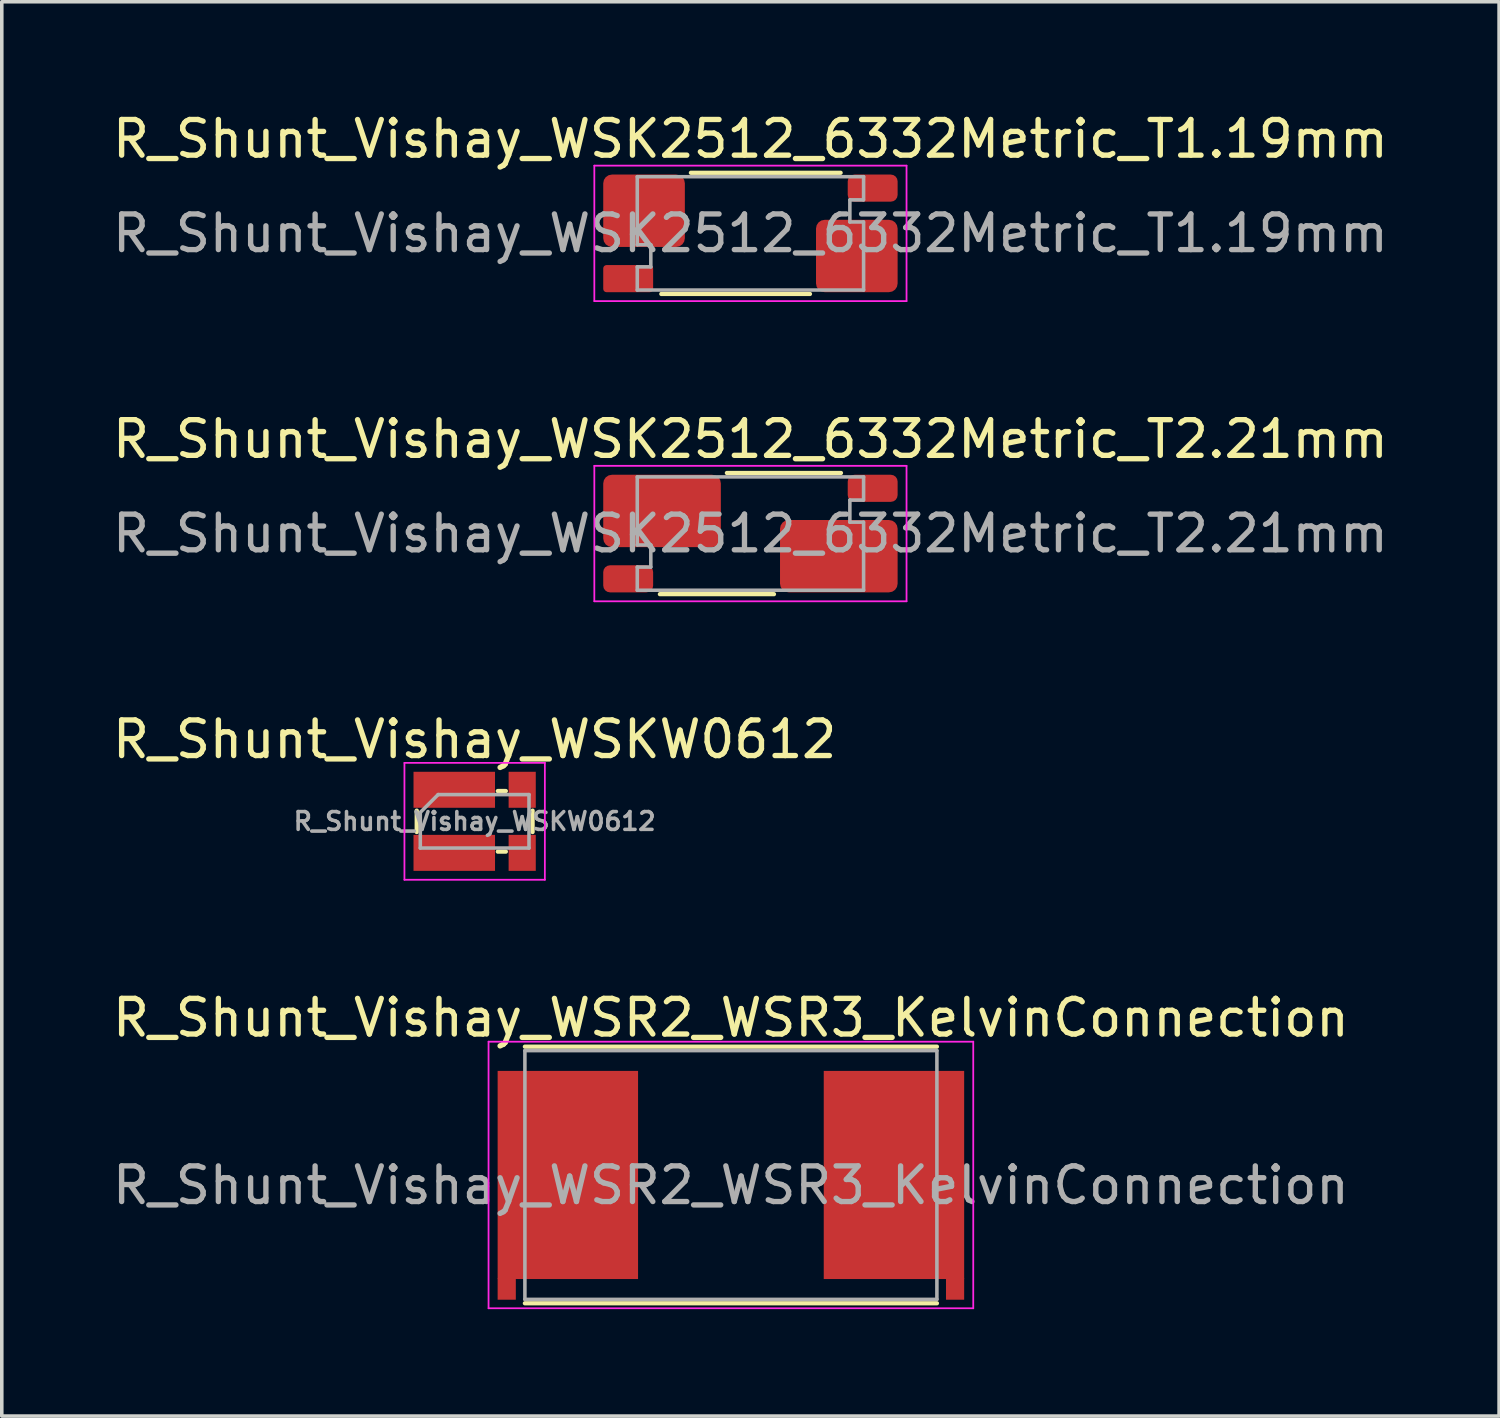
<source format=kicad_pcb>
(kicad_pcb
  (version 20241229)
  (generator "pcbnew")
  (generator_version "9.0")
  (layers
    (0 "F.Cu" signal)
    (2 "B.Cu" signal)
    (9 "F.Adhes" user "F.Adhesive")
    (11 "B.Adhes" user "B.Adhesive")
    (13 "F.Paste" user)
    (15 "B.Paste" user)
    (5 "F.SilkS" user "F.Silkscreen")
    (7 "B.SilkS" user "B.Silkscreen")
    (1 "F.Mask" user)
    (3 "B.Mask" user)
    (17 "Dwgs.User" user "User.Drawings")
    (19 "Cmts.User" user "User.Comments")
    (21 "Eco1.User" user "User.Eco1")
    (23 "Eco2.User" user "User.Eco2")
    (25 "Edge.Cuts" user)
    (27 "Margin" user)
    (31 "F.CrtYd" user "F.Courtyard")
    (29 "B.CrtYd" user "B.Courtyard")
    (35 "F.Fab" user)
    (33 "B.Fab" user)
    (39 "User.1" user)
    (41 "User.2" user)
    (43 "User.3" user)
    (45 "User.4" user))
  (footprint "R_Shunt_Vishay_WSK2512_6332Metric_T2.21mm"
    (layer "F.Cu")
    (at 18.006 11.921)
    (property "Reference" "R_Shunt_Vishay_WSK2512_6332Metric_T2.21mm" (at 0 -2.65 0) (layer "F.SilkS") (effects (font (size 1 1) (thickness 0.15))))
    (attr smd)
    (fp_line (start -2.54 1.7) (end 0.66 1.7) (stroke (width 0.12) (type solid)) (layer "F.SilkS"))
    (fp_line (start -0.66 -1.7) (end 2.54 -1.7) (stroke (width 0.12) (type solid)) (layer "F.SilkS"))
    (fp_line (start -4.38 -1.9) (end 4.38 -1.9) (stroke (width 0.05) (type solid)) (layer "F.CrtYd"))
    (fp_line (start -4.38 1.9) (end -4.38 -1.9) (stroke (width 0.05) (type solid)) (layer "F.CrtYd"))
    (fp_line (start 4.38 -1.9) (end 4.38 1.9) (stroke (width 0.05) (type solid)) (layer "F.CrtYd"))
    (fp_line (start 4.38 1.9) (end -4.38 1.9) (stroke (width 0.05) (type solid)) (layer "F.CrtYd"))
    (fp_line (start -3.175 -1.59) (end 3.175 -1.59) (stroke (width 0.1) (type solid)) (layer "F.Fab"))
    (fp_line (start -3.175 0.32) (end -3.175 -1.59) (stroke (width 0.1) (type solid)) (layer "F.Fab"))
    (fp_line (start -3.175 0.32) (end -2.795 0.32) (stroke (width 0.1) (type solid)) (layer "F.Fab"))
    (fp_line (start -3.175 0.94) (end -3.175 1.59) (stroke (width 0.1) (type solid)) (layer "F.Fab"))
    (fp_line (start -3.175 0.94) (end -2.795 0.94) (stroke (width 0.1) (type solid)) (layer "F.Fab"))
    (fp_line (start -2.795 0.94) (end -2.795 0.32) (stroke (width 0.1) (type solid)) (layer "F.Fab"))
    (fp_line (start 2.79 -0.94) (end 3.17 -0.94) (stroke (width 0.1) (type solid)) (layer "F.Fab"))
    (fp_line (start 2.79 -0.32) (end 2.79 -0.94) (stroke (width 0.1) (type solid)) (layer "F.Fab"))
    (fp_line (start 2.79 -0.32) (end 3.17 -0.32) (stroke (width 0.1) (type solid)) (layer "F.Fab"))
    (fp_line (start 3.175 -0.94) (end 3.175 -1.59) (stroke (width 0.1) (type solid)) (layer "F.Fab"))
    (fp_line (start 3.175 -0.32) (end 3.175 1.59) (stroke (width 0.1) (type solid)) (layer "F.Fab"))
    (fp_line (start 3.175 1.59) (end -3.175 1.59) (stroke (width 0.1) (type solid)) (layer "F.Fab"))
    (fp_text user "${REFERENCE}" (at 0 0 0) (layer "F.Fab") (effects (font (size 1 1) (thickness 0.15))))
    (pad "1" smd roundrect (at -2.48 -0.635) (size 3.3 2.03) (layers "F.Cu" "F.Mask" "F.Paste") (roundrect_rratio 0.12))
    (pad "2" smd roundrect (at -3.43 1.27) (size 1.4 0.76) (layers "F.Cu" "F.Mask" "F.Paste") (roundrect_rratio 0.25))
    (pad "3" smd roundrect (at 3.43 -1.27) (size 1.4 0.76) (layers "F.Cu" "F.Mask" "F.Paste") (roundrect_rratio 0.25))
    (pad "4" smd roundrect (at 2.48 0.635) (size 3.3 2.03) (layers "F.Cu" "F.Mask" "F.Paste") (roundrect_rratio 0.12)))
  (footprint "R_Shunt_Vishay_WSK2512_6332Metric_T1.19mm"
    (layer "F.Cu")
    (at 18.006 3.498)
    (property "Reference" "R_Shunt_Vishay_WSK2512_6332Metric_T1.19mm" (at 0 -2.65 0) (layer "F.SilkS") (effects (font (size 1 1) (thickness 0.15))))
    (attr smd)
    (fp_line (start -2.5 1.7) (end 1.67 1.7) (stroke (width 0.12) (type solid)) (layer "F.SilkS"))
    (fp_line (start -1.67 -1.7) (end 2.53 -1.7) (stroke (width 0.12) (type solid)) (layer "F.SilkS"))
    (fp_line (start -4.38 -1.9) (end 4.38 -1.9) (stroke (width 0.05) (type solid)) (layer "F.CrtYd"))
    (fp_line (start -4.38 1.9) (end -4.38 -1.9) (stroke (width 0.05) (type solid)) (layer "F.CrtYd"))
    (fp_line (start 4.38 -1.9) (end 4.38 1.9) (stroke (width 0.05) (type solid)) (layer "F.CrtYd"))
    (fp_line (start 4.38 1.9) (end -4.38 1.9) (stroke (width 0.05) (type solid)) (layer "F.CrtYd"))
    (fp_line (start -3.175 -1.59) (end 3.175 -1.59) (stroke (width 0.1) (type solid)) (layer "F.Fab"))
    (fp_line (start -3.175 0.32) (end -3.175 -1.59) (stroke (width 0.1) (type solid)) (layer "F.Fab"))
    (fp_line (start -3.175 0.32) (end -2.795 0.32) (stroke (width 0.1) (type solid)) (layer "F.Fab"))
    (fp_line (start -3.175 0.94) (end -3.175 1.59) (stroke (width 0.1) (type solid)) (layer "F.Fab"))
    (fp_line (start -3.175 0.94) (end -2.795 0.94) (stroke (width 0.1) (type solid)) (layer "F.Fab"))
    (fp_line (start -2.795 0.94) (end -2.795 0.32) (stroke (width 0.1) (type solid)) (layer "F.Fab"))
    (fp_line (start 2.79 -0.94) (end 3.17 -0.94) (stroke (width 0.1) (type solid)) (layer "F.Fab"))
    (fp_line (start 2.79 -0.32) (end 2.79 -0.94) (stroke (width 0.1) (type solid)) (layer "F.Fab"))
    (fp_line (start 2.79 -0.32) (end 3.17 -0.32) (stroke (width 0.1) (type solid)) (layer "F.Fab"))
    (fp_line (start 3.175 -0.94) (end 3.175 -1.59) (stroke (width 0.1) (type solid)) (layer "F.Fab"))
    (fp_line (start 3.175 -0.32) (end 3.175 1.59) (stroke (width 0.1) (type solid)) (layer "F.Fab"))
    (fp_line (start 3.175 1.59) (end -3.175 1.59) (stroke (width 0.1) (type solid)) (layer "F.Fab"))
    (fp_text user "${REFERENCE}" (at 0 0 0) (layer "F.Fab") (effects (font (size 1 1) (thickness 0.15))))
    (pad "1" smd roundrect (at -2.985 -0.635) (size 2.29 2.03) (layers "F.Cu" "F.Mask" "F.Paste") (roundrect_rratio 0.12))
    (pad "2" smd roundrect (at -3.43 1.27) (size 1.4 0.76) (layers "F.Cu" "F.Mask" "F.Paste") (roundrect_rratio 0.12))
    (pad "3" smd roundrect (at 3.43 -1.27) (size 1.4 0.76) (layers "F.Cu" "F.Mask" "F.Paste") (roundrect_rratio 0.25))
    (pad "4" smd roundrect (at 2.985 0.635) (size 2.29 2.03) (layers "F.Cu" "F.Mask" "F.Paste") (roundrect_rratio 0.12)))
  (footprint "R_Shunt_Vishay_WSKW0612"
    (layer "F.Cu")
    (at 10.268 19.995)
    (property "Reference" "R_Shunt_Vishay_WSKW0612" (at 0 -2.3 0) (layer "F.SilkS") (effects (font (size 1 1) (thickness 0.15))))
    (attr smd)
    (fp_line (start -1.625 0.3) (end -1.625 -0.3) (stroke (width 0.12) (type solid)) (layer "F.SilkS"))
    (fp_line (start 0.65 -0.85) (end 0.875 -0.85) (stroke (width 0.12) (type solid)) (layer "F.SilkS"))
    (fp_line (start 0.65 0.85) (end 0.875 0.85) (stroke (width 0.12) (type solid)) (layer "F.SilkS"))
    (fp_line (start 1.625 0.3) (end 1.625 -0.3) (stroke (width 0.12) (type solid)) (layer "F.SilkS"))
    (fp_line (start -1.97 1.64) (end -1.97 -1.64) (stroke (width 0.05) (type solid)) (layer "F.CrtYd"))
    (fp_line (start -1.97 1.64) (end 1.97 1.64) (stroke (width 0.05) (type solid)) (layer "F.CrtYd"))
    (fp_line (start 1.97 -1.64) (end -1.97 -1.64) (stroke (width 0.05) (type solid)) (layer "F.CrtYd"))
    (fp_line (start 1.97 -1.64) (end 1.97 1.64) (stroke (width 0.05) (type solid)) (layer "F.CrtYd"))
    (fp_line (start -1.525 -0.25) (end -1.025 -0.75) (stroke (width 0.1) (type solid)) (layer "F.Fab"))
    (fp_line (start -1.525 0.75) (end -1.525 -0.25) (stroke (width 0.1) (type solid)) (layer "F.Fab"))
    (fp_line (start -1.525 0.75) (end 1.525 0.75) (stroke (width 0.1) (type solid)) (layer "F.Fab"))
    (fp_line (start 1.525 -0.75) (end -1.025 -0.75) (stroke (width 0.1) (type solid)) (layer "F.Fab"))
    (fp_line (start 1.525 0.75) (end 1.525 -0.75) (stroke (width 0.1) (type solid)) (layer "F.Fab"))
    (fp_text user "${REFERENCE}" (at 0 0 0) (layer "F.Fab") (effects (font (size 0.5 0.5) (thickness 0.1))))
    (pad "1" smd rect (at -0.572 -0.885) (size 2.287 1.01) (layers "F.Cu" "F.Mask" "F.Paste"))
    (pad "2" smd rect (at 1.334 -0.885) (size 0.762 1.01) (layers "F.Cu" "F.Mask" "F.Paste"))
    (pad "3" smd rect (at 1.334 0.885) (size 0.762 1.01) (layers "F.Cu" "F.Mask" "F.Paste"))
    (pad "4" smd rect (at -0.572 0.885) (size 2.287 1.01) (layers "F.Cu" "F.Mask" "F.Paste")))
  (footprint "R_Shunt_Vishay_WSR2_WSR3_KelvinConnection"
    (layer "F.Cu")
    (at 17.458 30.208)
    (property "Reference" "R_Shunt_Vishay_WSR2_WSR3_KelvinConnection" (at 0 -4.7 0) (layer "F.SilkS") (effects (font (size 1 1) (thickness 0.15))))
    (attr smd)
    (fp_line (start -5.78 -3.89) (end 5.78 -3.89) (stroke (width 0.12) (type solid)) (layer "F.SilkS"))
    (fp_line (start -5.78 3.31) (end 5.78 3.31) (stroke (width 0.12) (type solid)) (layer "F.SilkS"))
    (fp_line (start -6.8 -4.03) (end -6.8 3.45) (stroke (width 0.05) (type solid)) (layer "F.CrtYd"))
    (fp_line (start -6.8 -4.03) (end 6.8 -4.03) (stroke (width 0.05) (type solid)) (layer "F.CrtYd"))
    (fp_line (start -6.8 3.45) (end 6.8 3.45) (stroke (width 0.05) (type solid)) (layer "F.CrtYd"))
    (fp_line (start 6.8 -4.03) (end 6.8 3.45) (stroke (width 0.05) (type solid)) (layer "F.CrtYd"))
    (fp_line (start -5.78 -3.78) (end -5.78 3.2) (stroke (width 0.1) (type solid)) (layer "F.Fab"))
    (fp_line (start -5.78 -3.78) (end 5.78 -3.78) (stroke (width 0.1) (type solid)) (layer "F.Fab"))
    (fp_line (start -5.78 3.2) (end 5.78 3.2) (stroke (width 0.1) (type solid)) (layer "F.Fab"))
    (fp_line (start 5.78 -3.78) (end 5.78 3.2) (stroke (width 0.1) (type solid)) (layer "F.Fab"))
    (fp_text user "${REFERENCE}" (at 0 0 0) (layer "F.Fab") (effects (font (size 1 1) (thickness 0.15))))
    (pad "1" smd rect (at -6.29 2.91) (size 0.51 0.6) (layers "F.Cu" "F.Mask" "F.Paste"))
    (pad "1" smd rect (at -4.575 -0.29) (size 3.94 5.84) (layers "F.Cu" "F.Mask" "F.Paste"))
    (pad "2" smd rect (at 4.575 -0.29) (size 3.94 5.84) (layers "F.Cu" "F.Mask" "F.Paste"))
    (pad "2" smd rect (at 6.29 2.91) (size 0.51 0.6) (layers "F.Cu" "F.Mask" "F.Paste")))
  (gr_rect
    (start -3 -3)
    (end 39.012 36.683)
    (stroke (width 0.1) (type default))
    (fill no)
    (layer "Edge.Cuts")))
</source>
